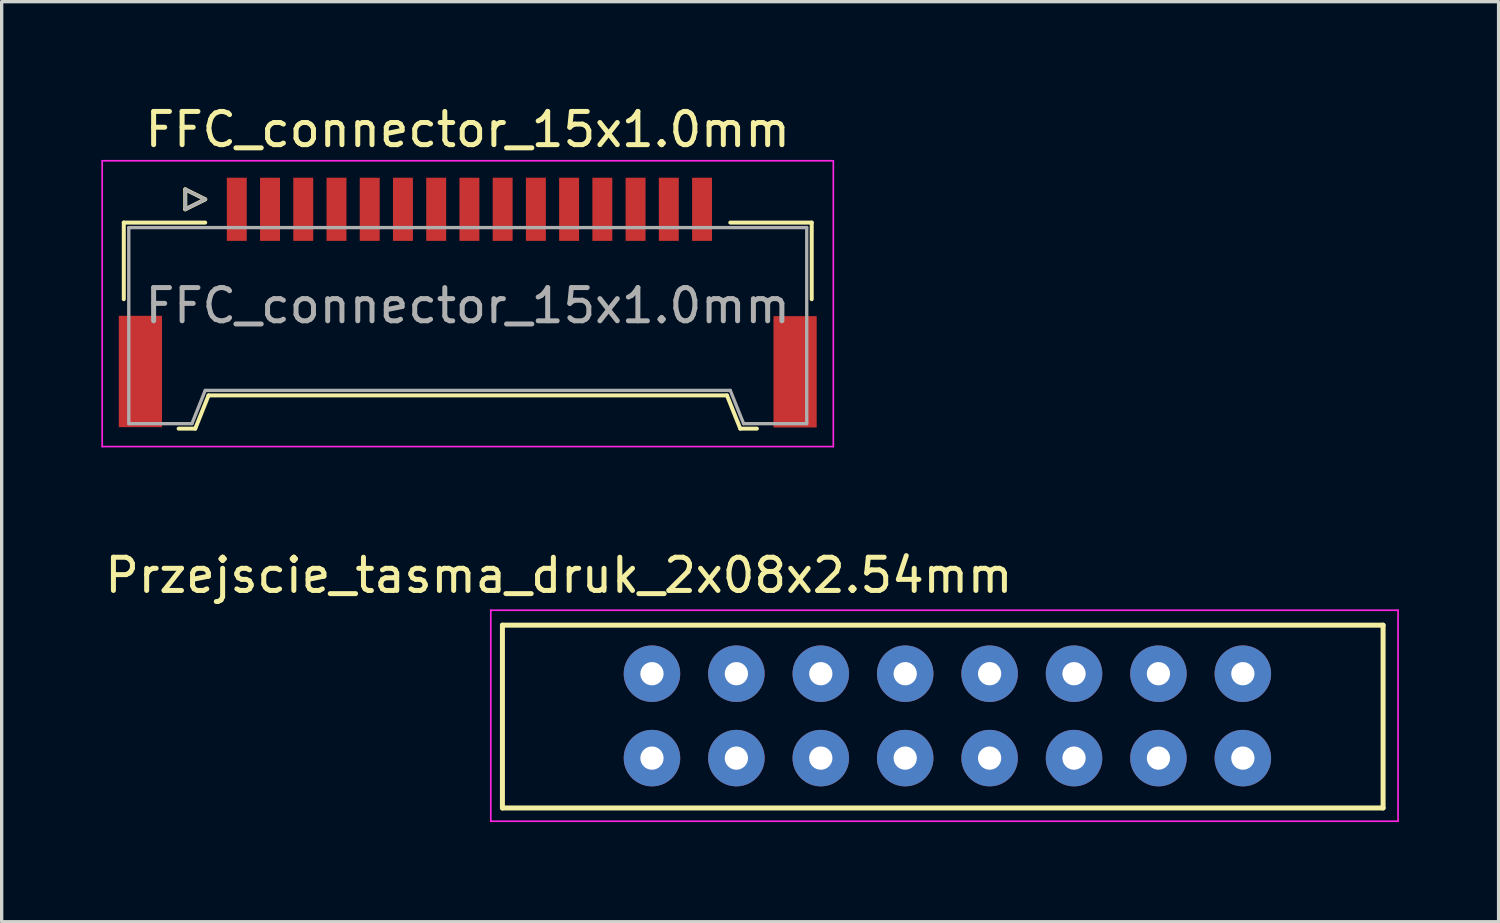
<source format=kicad_pcb>
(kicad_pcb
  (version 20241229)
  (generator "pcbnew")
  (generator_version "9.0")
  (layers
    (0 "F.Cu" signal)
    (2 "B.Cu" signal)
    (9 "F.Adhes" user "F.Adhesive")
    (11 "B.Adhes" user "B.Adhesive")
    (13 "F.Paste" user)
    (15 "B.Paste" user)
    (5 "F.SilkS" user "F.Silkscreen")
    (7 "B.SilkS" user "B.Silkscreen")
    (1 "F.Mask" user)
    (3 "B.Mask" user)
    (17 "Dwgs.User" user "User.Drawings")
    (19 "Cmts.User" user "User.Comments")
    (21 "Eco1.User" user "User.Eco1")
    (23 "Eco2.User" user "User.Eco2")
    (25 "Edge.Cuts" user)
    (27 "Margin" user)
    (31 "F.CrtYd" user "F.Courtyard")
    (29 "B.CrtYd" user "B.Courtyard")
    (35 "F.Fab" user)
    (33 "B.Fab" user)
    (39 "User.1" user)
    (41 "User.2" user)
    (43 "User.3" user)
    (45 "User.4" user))
  (footprint "FFC_connector_15x1.0mm"
    (layer "F.Cu")
    (at 10.975 5.688)
    (property "Reference" "FFC_connector_15x1.0mm" (at 0.05 -4.84 0) (layer "F.SilkS") (effects (font (size 1 1) (thickness 0.15))))
    (attr smd)
    (fp_line (start -10.3 -2.04) (end -10.3 0.265) (stroke (width 0.12) (type solid)) (layer "F.SilkS"))
    (fp_line (start -8.65 4.16) (end -8.15 4.16) (stroke (width 0.12) (type solid)) (layer "F.SilkS"))
    (fp_line (start -8.45 -3.04) (end -8.45 -2.44) (stroke (width 0.12) (type solid)) (layer "F.SilkS"))
    (fp_line (start -8.45 -2.44) (end -7.85 -2.74) (stroke (width 0.12) (type solid)) (layer "F.SilkS"))
    (fp_line (start -8.15 4.16) (end -7.75 3.16) (stroke (width 0.12) (type solid)) (layer "F.SilkS"))
    (fp_line (start -7.85 -2.74) (end -8.45 -3.04) (stroke (width 0.12) (type solid)) (layer "F.SilkS"))
    (fp_line (start -7.85 -2.04) (end -10.3 -2.04) (stroke (width 0.12) (type solid)) (layer "F.SilkS"))
    (fp_line (start -7.75 3.16) (end 7.85 3.16) (stroke (width 0.12) (type solid)) (layer "F.SilkS"))
    (fp_line (start 7.85 3.16) (end 8.25 4.16) (stroke (width 0.12) (type solid)) (layer "F.SilkS"))
    (fp_line (start 7.95 -2.04) (end 10.4 -2.04) (stroke (width 0.12) (type solid)) (layer "F.SilkS"))
    (fp_line (start 8.25 4.16) (end 8.75 4.16) (stroke (width 0.12) (type solid)) (layer "F.SilkS"))
    (fp_line (start 10.4 -2.04) (end 10.4 0.265) (stroke (width 0.12) (type solid)) (layer "F.SilkS"))
    (fp_line (start -10.95 -3.9) (end -10.95 4.7) (stroke (width 0.05) (type solid)) (layer "F.CrtYd"))
    (fp_line (start -10.95 4.7) (end 11.05 4.7) (stroke (width 0.05) (type solid)) (layer "F.CrtYd"))
    (fp_line (start 11.05 -3.9) (end -10.95 -3.9) (stroke (width 0.05) (type solid)) (layer "F.CrtYd"))
    (fp_line (start 11.05 4.7) (end 11.05 -3.9) (stroke (width 0.05) (type solid)) (layer "F.CrtYd"))
    (fp_line (start -10.15 -1.89) (end -10.15 4.01) (stroke (width 0.1) (type solid)) (layer "F.Fab"))
    (fp_line (start -10.15 4.01) (end -8.25 4.01) (stroke (width 0.1) (type solid)) (layer "F.Fab"))
    (fp_line (start -8.45 -3.04) (end -8.45 -2.44) (stroke (width 0.1) (type solid)) (layer "F.Fab"))
    (fp_line (start -8.45 -2.44) (end -7.85 -2.74) (stroke (width 0.1) (type solid)) (layer "F.Fab"))
    (fp_line (start -8.25 4.01) (end -7.85 3.01) (stroke (width 0.1) (type solid)) (layer "F.Fab"))
    (fp_line (start -7.85 -2.74) (end -8.45 -3.04) (stroke (width 0.1) (type solid)) (layer "F.Fab"))
    (fp_line (start -7.85 3.01) (end 7.95 3.01) (stroke (width 0.1) (type solid)) (layer "F.Fab"))
    (fp_line (start 7.95 3.01) (end 8.35 4.01) (stroke (width 0.1) (type solid)) (layer "F.Fab"))
    (fp_line (start 8.35 4.01) (end 10.25 4.01) (stroke (width 0.1) (type solid)) (layer "F.Fab"))
    (fp_line (start 10.25 -1.89) (end -10.15 -1.89) (stroke (width 0.1) (type solid)) (layer "F.Fab"))
    (fp_line (start 10.25 4.01) (end 10.25 -1.89) (stroke (width 0.1) (type solid)) (layer "F.Fab"))
    (fp_text user "${REFERENCE}" (at 0.05 0.46 0) (layer "F.Fab") (effects (font (size 1 1) (thickness 0.15))))
    (pad "" smd rect (at -9.8 2.44) (size 1.3 3.35) (layers "F.Cu" "F.Mask" "F.Paste"))
    (pad "" smd rect (at 9.9 2.45) (size 1.3 3.35) (layers "F.Cu" "F.Mask" "F.Paste"))
    (pad "1" smd rect (at -6.9 -2.44) (size 0.6 1.9) (layers "F.Cu" "F.Mask" "F.Paste"))
    (pad "2" smd rect (at -5.9 -2.44) (size 0.6 1.9) (layers "F.Cu" "F.Mask" "F.Paste"))
    (pad "3" smd rect (at -4.9 -2.44) (size 0.6 1.9) (layers "F.Cu" "F.Mask" "F.Paste"))
    (pad "4" smd rect (at -3.9 -2.44) (size 0.6 1.9) (layers "F.Cu" "F.Mask" "F.Paste"))
    (pad "5" smd rect (at -2.9 -2.44) (size 0.6 1.9) (layers "F.Cu" "F.Mask" "F.Paste"))
    (pad "6" smd rect (at -1.9 -2.44) (size 0.6 1.9) (layers "F.Cu" "F.Mask" "F.Paste"))
    (pad "7" smd rect (at -0.9 -2.44) (size 0.6 1.9) (layers "F.Cu" "F.Mask" "F.Paste"))
    (pad "8" smd rect (at 0.1 -2.44) (size 0.6 1.9) (layers "F.Cu" "F.Mask" "F.Paste"))
    (pad "9" smd rect (at 1.1 -2.44) (size 0.6 1.9) (layers "F.Cu" "F.Mask" "F.Paste"))
    (pad "10" smd rect (at 2.1 -2.44) (size 0.6 1.9) (layers "F.Cu" "F.Mask" "F.Paste"))
    (pad "11" smd rect (at 3.1 -2.44) (size 0.6 1.9) (layers "F.Cu" "F.Mask" "F.Paste"))
    (pad "12" smd rect (at 4.1 -2.44) (size 0.6 1.9) (layers "F.Cu" "F.Mask" "F.Paste"))
    (pad "13" smd rect (at 5.1 -2.44) (size 0.6 1.9) (layers "F.Cu" "F.Mask" "F.Paste"))
    (pad "14" smd rect (at 6.1 -2.44) (size 0.6 1.9) (layers "F.Cu" "F.Mask" "F.Paste"))
    (pad "15" smd rect (at 7.1 -2.44) (size 0.6 1.9) (layers "F.Cu" "F.Mask" "F.Paste")))
  (footprint "Przejscie_tasma_druk_2x08x2.54mm"
    (layer "F.Cu")
    (at 16.568 19.762)
    (property "Reference" "Przejscie_tasma_druk_2x08x2.54mm" (at -2.8 -5.5 0) (layer "F.SilkS") (effects (font (size 1 1) (thickness 0.15))))
    (attr through_hole)
    (fp_line (start -4.5 -4) (end 22 -4) (stroke (width 0.15) (type solid)) (layer "F.SilkS"))
    (fp_line (start -4.5 1.5) (end -4.5 -4) (stroke (width 0.15) (type solid)) (layer "F.SilkS"))
    (fp_line (start 22 -4) (end 22 1.5) (stroke (width 0.15) (type solid)) (layer "F.SilkS"))
    (fp_line (start 22 1.5) (end -4.5 1.5) (stroke (width 0.15) (type solid)) (layer "F.SilkS"))
    (fp_line (start -4.85 -4.45) (end 22.45 -4.45) (stroke (width 0.05) (type solid)) (layer "F.CrtYd"))
    (fp_line (start -4.85 1.9) (end -4.85 -4.45) (stroke (width 0.05) (type solid)) (layer "F.CrtYd"))
    (fp_line (start 22.45 -4.45) (end 22.45 1.9) (stroke (width 0.05) (type solid)) (layer "F.CrtYd"))
    (fp_line (start 22.45 1.9) (end -4.85 1.9) (stroke (width 0.05) (type solid)) (layer "F.CrtYd"))
    (pad "1" thru_hole circle (at 0 0) (size 1.7 1.7) (drill 0.7) (layers "*.Cu" "*.Mask"))
    (pad "2" thru_hole circle (at 0 -2.54) (size 1.7 1.7) (drill 0.7) (layers "*.Cu" "*.Mask"))
    (pad "3" thru_hole circle (at 2.54 0) (size 1.7 1.7) (drill 0.7) (layers "*.Cu" "*.Mask"))
    (pad "4" thru_hole circle (at 2.54 -2.54) (size 1.7 1.7) (drill 0.7) (layers "*.Cu" "*.Mask"))
    (pad "5" thru_hole circle (at 5.08 0) (size 1.7 1.7) (drill 0.7) (layers "*.Cu" "*.Mask"))
    (pad "6" thru_hole circle (at 5.08 -2.54) (size 1.7 1.7) (drill 0.7) (layers "*.Cu" "*.Mask"))
    (pad "7" thru_hole circle (at 7.62 0) (size 1.7 1.7) (drill 0.7) (layers "*.Cu" "*.Mask"))
    (pad "8" thru_hole circle (at 7.62 -2.54) (size 1.7 1.7) (drill 0.7) (layers "*.Cu" "*.Mask"))
    (pad "9" thru_hole circle (at 10.16 0) (size 1.7 1.7) (drill 0.7) (layers "*.Cu" "*.Mask"))
    (pad "10" thru_hole circle (at 10.16 -2.54) (size 1.7 1.7) (drill 0.7) (layers "*.Cu" "*.Mask"))
    (pad "11" thru_hole circle (at 12.7 0) (size 1.7 1.7) (drill 0.7) (layers "*.Cu" "*.Mask"))
    (pad "12" thru_hole circle (at 12.7 -2.54) (size 1.7 1.7) (drill 0.7) (layers "*.Cu" "*.Mask"))
    (pad "13" thru_hole circle (at 15.24 0) (size 1.7 1.7) (drill 0.7) (layers "*.Cu" "*.Mask"))
    (pad "14" thru_hole circle (at 15.24 -2.54) (size 1.7 1.7) (drill 0.7) (layers "*.Cu" "*.Mask"))
    (pad "15" thru_hole circle (at 17.78 0) (size 1.7 1.7) (drill 0.7) (layers "*.Cu" "*.Mask"))
    (pad "16" thru_hole circle (at 17.78 -2.54) (size 1.7 1.7) (drill 0.7) (layers "*.Cu" "*.Mask")))
  (gr_rect
    (start -3 -3)
    (end 42.043 24.686)
    (stroke (width 0.1) (type default))
    (fill no)
    (layer "Edge.Cuts")))
</source>
